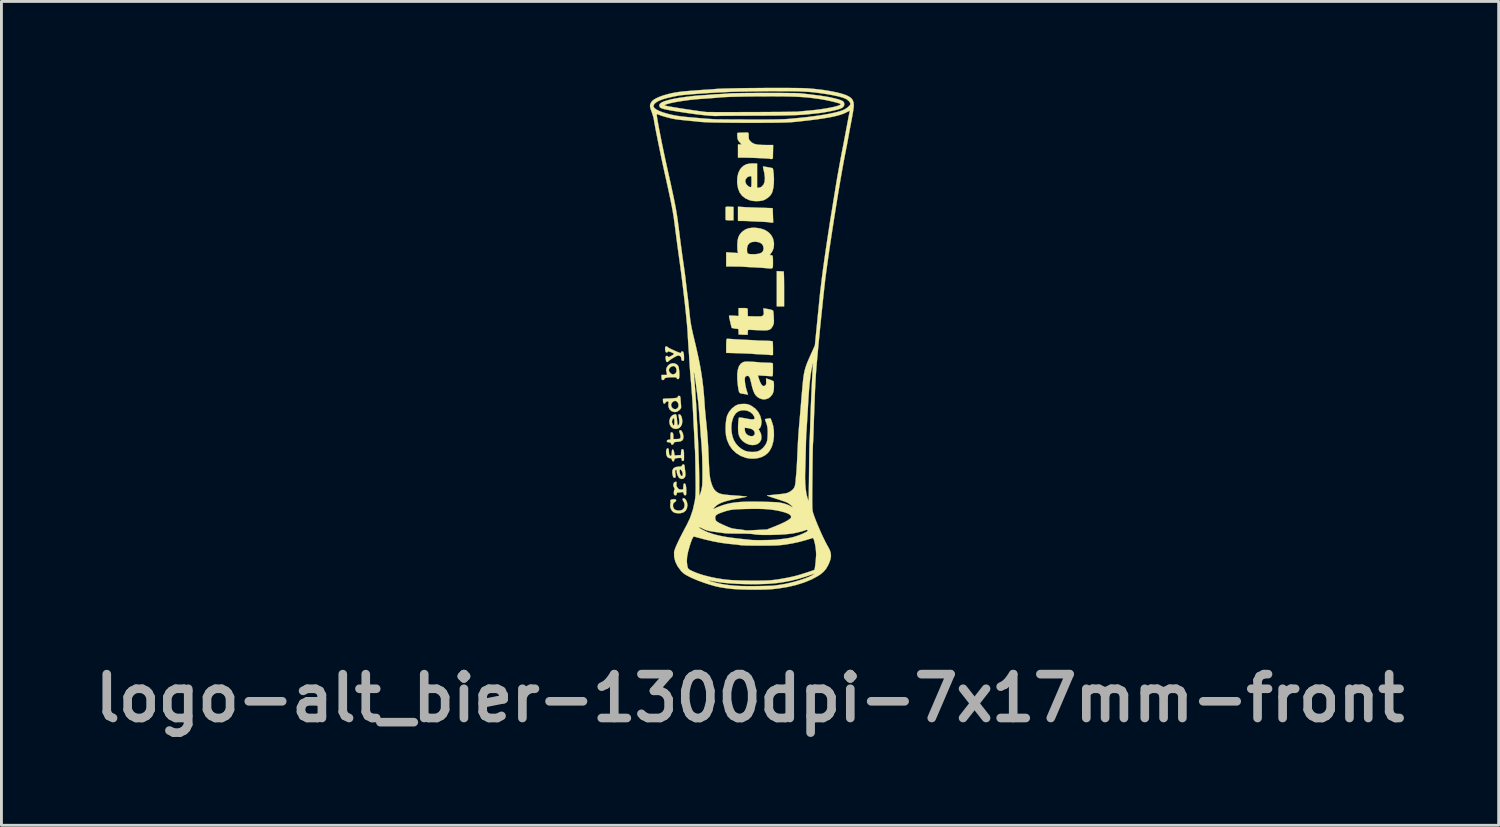
<source format=kicad_pcb>
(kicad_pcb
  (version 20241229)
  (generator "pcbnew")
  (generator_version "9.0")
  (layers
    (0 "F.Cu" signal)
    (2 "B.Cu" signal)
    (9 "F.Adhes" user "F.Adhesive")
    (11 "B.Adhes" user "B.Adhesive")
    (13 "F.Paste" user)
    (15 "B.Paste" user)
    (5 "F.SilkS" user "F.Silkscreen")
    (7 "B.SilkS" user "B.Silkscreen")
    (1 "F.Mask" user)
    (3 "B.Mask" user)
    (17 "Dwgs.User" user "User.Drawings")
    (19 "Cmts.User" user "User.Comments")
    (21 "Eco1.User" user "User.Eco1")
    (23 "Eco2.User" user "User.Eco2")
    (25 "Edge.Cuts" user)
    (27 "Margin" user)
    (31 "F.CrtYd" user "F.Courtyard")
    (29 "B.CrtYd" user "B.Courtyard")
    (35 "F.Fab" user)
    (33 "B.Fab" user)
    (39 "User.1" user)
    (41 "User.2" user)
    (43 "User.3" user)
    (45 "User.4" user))
  (footprint "logo-alt_bier-1300dpi-7x17mm-front"
    (layer "F.Cu")
    (at 23.062 8.709)
    (property "Reference" "logo-alt_bier-1300dpi-7x17mm-front" (at -0.05 12.5 0) (layer "F.Fab") (effects (font (size 1.524 1.524) (thickness 0.3))))
    (attr through_hole)
    (fp_poly (pts (xy 0.992 -2.333) (xy 1.055 -2.33) (xy 1.102 -2.328) (xy 1.119 -2.327) (xy 1.122 -2.307) (xy 1.125 -2.254) (xy 1.128 -2.171) (xy 1.131 -2.063) (xy 1.132 -1.934) (xy 1.133 -1.791) (xy 1.133 -1.719) (xy 1.133 -1.114) (xy 0.879 -1.114) (xy 0.879 -2.338) (xy 0.992 -2.333)) (stroke (width 0.01) (type solid)) (fill yes) (layer "F.SilkS"))
    (fp_poly (pts (xy -0.762 -4.575) (xy -0.625 -4.569) (xy -0.625 -4.103) (xy -0.762 -4.103) (xy -0.842 -4.106) (xy -0.886 -4.114) (xy -0.899 -4.128) (xy -0.9 -4.167) (xy -0.9 -4.231) (xy -0.901 -4.31) (xy -0.901 -4.392) (xy -0.901 -4.467) (xy -0.901 -4.524) (xy -0.9 -4.552) (xy -0.892 -4.568) (xy -0.866 -4.576) (xy -0.812 -4.577) (xy -0.762 -4.575)) (stroke (width 0.01) (type solid)) (fill yes) (layer "F.SilkS"))
    (fp_poly (pts (xy -0.288 -4.565) (xy -0.212 -4.56) (xy -0.106 -4.555) (xy 0.02 -4.55) (xy 0.157 -4.545) (xy 0.296 -4.541) (xy 0.313 -4.54) (xy 0.436 -4.537) (xy 0.546 -4.533) (xy 0.635 -4.53) (xy 0.699 -4.528) (xy 0.732 -4.526) (xy 0.735 -4.526) (xy 0.737 -4.506) (xy 0.74 -4.455) (xy 0.742 -4.38) (xy 0.746 -4.288) (xy 0.746 -4.274) (xy 0.754 -4.025) (xy 0.693 -4.025) (xy 0.647 -4.028) (xy 0.623 -4.034) (xy 0.623 -4.034) (xy 0.601 -4.038) (xy 0.547 -4.043) (xy 0.469 -4.048) (xy 0.372 -4.053) (xy 0.321 -4.055) (xy 0.209 -4.06) (xy 0.103 -4.065) (xy 0.011 -4.069) (xy -0.054 -4.073) (xy -0.068 -4.074) (xy -0.139 -4.078) (xy -0.228 -4.081) (xy -0.318 -4.082) (xy -0.469 -4.084) (xy -0.469 -4.577) (xy -0.288 -4.565)) (stroke (width 0.01) (type solid)) (fill yes) (layer "F.SilkS"))
    (fp_poly (pts (xy -2.35 5.552) (xy -2.306 5.579) (xy -2.267 5.633) (xy -2.239 5.705) (xy -2.227 5.783) (xy -2.227 5.787) (xy -2.242 5.898) (xy -2.285 5.983) (xy -2.356 6.041) (xy -2.456 6.071) (xy -2.53 6.076) (xy -2.63 6.068) (xy -2.703 6.042) (xy -2.709 6.039) (xy -2.767 5.984) (xy -2.808 5.906) (xy -2.826 5.822) (xy -2.819 5.755) (xy -2.81 5.704) (xy -2.814 5.666) (xy -2.815 5.664) (xy -2.82 5.629) (xy -2.791 5.603) (xy -2.734 5.589) (xy -2.704 5.588) (xy -2.65 5.591) (xy -2.625 5.602) (xy -2.618 5.626) (xy -2.618 5.628) (xy -2.636 5.666) (xy -2.665 5.685) (xy -2.707 5.719) (xy -2.727 5.774) (xy -2.727 5.838) (xy -2.707 5.899) (xy -2.667 5.946) (xy -2.651 5.956) (xy -2.567 5.981) (xy -2.481 5.981) (xy -2.405 5.955) (xy -2.373 5.931) (xy -2.335 5.868) (xy -2.323 5.79) (xy -2.338 5.711) (xy -2.366 5.658) (xy -2.392 5.611) (xy -2.393 5.572) (xy -2.371 5.552) (xy -2.35 5.552)) (stroke (width 0.01) (type solid)) (fill yes) (layer "F.SilkS"))
    (fp_poly (pts (xy -2.437 3.207) (xy -2.406 3.253) (xy -2.381 3.317) (xy -2.367 3.392) (xy -2.366 3.422) (xy -2.374 3.496) (xy -2.407 3.546) (xy -2.468 3.577) (xy -2.561 3.591) (xy -2.566 3.591) (xy -2.635 3.597) (xy -2.675 3.606) (xy -2.694 3.621) (xy -2.7 3.641) (xy -2.717 3.675) (xy -2.748 3.691) (xy -2.778 3.687) (xy -2.794 3.661) (xy -2.794 3.656) (xy -2.802 3.629) (xy -2.834 3.615) (xy -2.867 3.611) (xy -2.917 3.602) (xy -2.938 3.584) (xy -2.941 3.566) (xy -2.93 3.536) (xy -2.893 3.523) (xy -2.877 3.521) (xy -2.814 3.514) (xy -2.814 3.389) (xy -2.812 3.32) (xy -2.806 3.282) (xy -2.794 3.266) (xy -2.777 3.263) (xy -2.744 3.273) (xy -2.725 3.308) (xy -2.717 3.373) (xy -2.716 3.411) (xy -2.716 3.497) (xy -2.62 3.497) (xy -2.557 3.495) (xy -2.507 3.489) (xy -2.493 3.486) (xy -2.469 3.457) (xy -2.463 3.403) (xy -2.476 3.333) (xy -2.492 3.288) (xy -2.509 3.231) (xy -2.503 3.198) (xy -2.501 3.196) (xy -2.47 3.186) (xy -2.437 3.207)) (stroke (width 0.01) (type solid)) (fill yes) (layer "F.SilkS"))
    (fp_poly (pts (xy -2.618 2.651) (xy -2.603 2.694) (xy -2.593 2.77) (xy -2.588 2.833) (xy -2.581 2.915) (xy -2.572 2.98) (xy -2.563 3.02) (xy -2.558 3.028) (xy -2.537 3.013) (xy -2.519 2.987) (xy -2.507 2.938) (xy -2.508 2.859) (xy -2.523 2.749) (xy -2.532 2.7) (xy -2.538 2.656) (xy -2.529 2.64) (xy -2.499 2.641) (xy -2.461 2.665) (xy -2.431 2.722) (xy -2.411 2.805) (xy -2.405 2.888) (xy -2.418 2.985) (xy -2.459 3.063) (xy -2.521 3.117) (xy -2.598 3.144) (xy -2.683 3.138) (xy -2.74 3.115) (xy -2.801 3.062) (xy -2.839 2.987) (xy -2.853 2.902) (xy -2.85 2.874) (xy -2.764 2.874) (xy -2.762 2.917) (xy -2.746 2.96) (xy -2.72 3.012) (xy -2.699 3.026) (xy -2.685 3.002) (xy -2.677 2.94) (xy -2.677 2.903) (xy -2.681 2.822) (xy -2.692 2.776) (xy -2.71 2.766) (xy -2.733 2.794) (xy -2.746 2.822) (xy -2.764 2.874) (xy -2.85 2.874) (xy -2.843 2.815) (xy -2.811 2.737) (xy -2.755 2.678) (xy -2.736 2.667) (xy -2.681 2.642) (xy -2.643 2.634) (xy -2.618 2.651)) (stroke (width 0.01) (type solid)) (fill yes) (layer "F.SilkS"))
    (fp_poly (pts (xy -2.608 4.988) (xy -2.602 5.011) (xy -2.607 5.052) (xy -2.611 5.106) (xy -2.595 5.151) (xy -2.569 5.19) (xy -2.53 5.234) (xy -2.494 5.251) (xy -2.445 5.252) (xy -2.374 5.246) (xy -2.368 5.144) (xy -2.362 5.082) (xy -2.351 5.051) (xy -2.331 5.041) (xy -2.327 5.041) (xy -2.301 5.055) (xy -2.283 5.098) (xy -2.272 5.173) (xy -2.267 5.283) (xy -2.267 5.319) (xy -2.268 5.39) (xy -2.273 5.429) (xy -2.284 5.447) (xy -2.305 5.451) (xy -2.306 5.451) (xy -2.339 5.438) (xy -2.357 5.394) (xy -2.358 5.391) (xy -2.37 5.349) (xy -2.393 5.337) (xy -2.428 5.342) (xy -2.492 5.351) (xy -2.542 5.354) (xy -2.583 5.359) (xy -2.598 5.384) (xy -2.599 5.402) (xy -2.608 5.441) (xy -2.634 5.451) (xy -2.672 5.445) (xy -2.683 5.438) (xy -2.694 5.409) (xy -2.697 5.36) (xy -2.693 5.307) (xy -2.684 5.266) (xy -2.673 5.251) (xy -2.663 5.235) (xy -2.682 5.198) (xy -2.683 5.197) (xy -2.711 5.134) (xy -2.716 5.072) (xy -2.698 5.02) (xy -2.66 4.988) (xy -2.632 4.982) (xy -2.608 4.988)) (stroke (width 0.01) (type solid)) (fill yes) (layer "F.SilkS"))
    (fp_poly (pts (xy -0.773 0.016) (xy -0.7 0.02) (xy -0.68 0.022) (xy -0.603 0.028) (xy -0.499 0.034) (xy -0.38 0.041) (xy -0.256 0.047) (xy -0.208 0.049) (xy -0.096 0.054) (xy 0.006 0.059) (xy 0.09 0.064) (xy 0.148 0.068) (xy 0.166 0.07) (xy 0.208 0.073) (xy 0.279 0.076) (xy 0.37 0.078) (xy 0.47 0.08) (xy 0.474 0.08) (xy 0.569 0.083) (xy 0.649 0.088) (xy 0.707 0.094) (xy 0.734 0.101) (xy 0.735 0.102) (xy 0.74 0.128) (xy 0.743 0.184) (xy 0.746 0.263) (xy 0.747 0.348) (xy 0.747 0.576) (xy 0.696 0.578) (xy 0.656 0.578) (xy 0.64 0.575) (xy 0.619 0.572) (xy 0.567 0.568) (xy 0.49 0.563) (xy 0.395 0.558) (xy 0.361 0.556) (xy 0.258 0.551) (xy 0.165 0.546) (xy 0.091 0.541) (xy 0.046 0.537) (xy 0.04 0.536) (xy 0.007 0.533) (xy -0.059 0.53) (xy -0.151 0.526) (xy -0.263 0.521) (xy -0.388 0.517) (xy -0.444 0.515) (xy -0.879 0.502) (xy -0.879 0.262) (xy -0.877 0.148) (xy -0.872 0.068) (xy -0.864 0.024) (xy -0.858 0.016) (xy -0.83 0.014) (xy -0.773 0.016)) (stroke (width 0.01) (type solid)) (fill yes) (layer "F.SilkS"))
    (fp_poly (pts (xy -0.139 -7.153) (xy -0.132 -7.152) (xy -0.113 -7.146) (xy -0.102 -7.121) (xy -0.098 -7.071) (xy -0.098 -7.032) (xy -0.096 -6.963) (xy -0.086 -6.917) (xy -0.063 -6.88) (xy -0.024 -6.839) (xy 0.026 -6.797) (xy 0.085 -6.765) (xy 0.158 -6.744) (xy 0.252 -6.73) (xy 0.374 -6.723) (xy 0.504 -6.721) (xy 0.752 -6.721) (xy 0.749 -6.521) (xy 0.747 -6.432) (xy 0.745 -6.353) (xy 0.744 -6.297) (xy 0.744 -6.277) (xy 0.732 -6.242) (xy 0.697 -6.233) (xy 0.658 -6.236) (xy 0.643 -6.241) (xy 0.621 -6.245) (xy 0.567 -6.249) (xy 0.486 -6.255) (xy 0.386 -6.26) (xy 0.272 -6.265) (xy 0.151 -6.271) (xy 0.03 -6.275) (xy -0.084 -6.278) (xy -0.187 -6.281) (xy -0.269 -6.282) (xy -0.469 -6.282) (xy -0.469 -6.511) (xy -0.469 -6.741) (xy -0.344 -6.741) (xy -0.394 -6.795) (xy -0.435 -6.844) (xy -0.467 -6.892) (xy -0.469 -6.895) (xy -0.481 -6.934) (xy -0.49 -6.993) (xy -0.494 -7.055) (xy -0.494 -7.109) (xy -0.487 -7.139) (xy -0.486 -7.14) (xy -0.465 -7.144) (xy -0.415 -7.147) (xy -0.347 -7.15) (xy -0.271 -7.152) (xy -0.199 -7.153) (xy -0.139 -7.153)) (stroke (width 0.01) (type solid)) (fill yes) (layer "F.SilkS"))
    (fp_poly (pts (xy -2.346 4.382) (xy -2.332 4.404) (xy -2.323 4.45) (xy -2.318 4.499) (xy -2.309 4.579) (xy -2.3 4.658) (xy -2.294 4.699) (xy -2.297 4.775) (xy -2.325 4.834) (xy -2.371 4.872) (xy -2.427 4.884) (xy -2.485 4.866) (xy -2.518 4.839) (xy -2.562 4.769) (xy -2.591 4.679) (xy -2.599 4.607) (xy -2.602 4.584) (xy -2.5 4.584) (xy -2.496 4.638) (xy -2.496 4.64) (xy -2.482 4.707) (xy -2.459 4.756) (xy -2.433 4.782) (xy -2.409 4.782) (xy -2.391 4.75) (xy -2.387 4.734) (xy -2.391 4.684) (xy -2.409 4.629) (xy -2.436 4.581) (xy -2.464 4.554) (xy -2.473 4.552) (xy -2.493 4.559) (xy -2.5 4.584) (xy -2.602 4.584) (xy -2.604 4.57) (xy -2.623 4.564) (xy -2.63 4.566) (xy -2.649 4.581) (xy -2.655 4.615) (xy -2.65 4.668) (xy -2.641 4.731) (xy -2.635 4.784) (xy -2.633 4.797) (xy -2.642 4.83) (xy -2.671 4.842) (xy -2.701 4.839) (xy -2.721 4.812) (xy -2.734 4.773) (xy -2.754 4.661) (xy -2.744 4.573) (xy -2.705 4.51) (xy -2.634 4.471) (xy -2.532 4.455) (xy -2.51 4.455) (xy -2.455 4.451) (xy -2.427 4.436) (xy -2.417 4.416) (xy -2.392 4.383) (xy -2.368 4.377) (xy -2.346 4.382)) (stroke (width 0.01) (type solid)) (fill yes) (layer "F.SilkS"))
    (fp_poly (pts (xy -2.89 3.826) (xy -2.875 3.87) (xy -2.872 3.92) (xy -2.865 4.002) (xy -2.844 4.058) (xy -2.811 4.083) (xy -2.804 4.084) (xy -2.786 4.07) (xy -2.775 4.028) (xy -2.771 3.971) (xy -2.764 3.904) (xy -2.753 3.868) (xy -2.735 3.859) (xy -2.713 3.876) (xy -2.695 3.927) (xy -2.689 3.962) (xy -2.671 4.066) (xy -2.562 4.06) (xy -2.452 4.054) (xy -2.446 3.952) (xy -2.44 3.89) (xy -2.429 3.859) (xy -2.409 3.849) (xy -2.404 3.849) (xy -2.379 3.855) (xy -2.362 3.875) (xy -2.351 3.916) (xy -2.346 3.984) (xy -2.345 4.085) (xy -2.345 4.168) (xy -2.348 4.22) (xy -2.356 4.247) (xy -2.369 4.258) (xy -2.384 4.259) (xy -2.415 4.248) (xy -2.423 4.212) (xy -2.426 4.176) (xy -2.443 4.156) (xy -2.48 4.15) (xy -2.545 4.154) (xy -2.565 4.156) (xy -2.628 4.164) (xy -2.662 4.175) (xy -2.676 4.195) (xy -2.681 4.218) (xy -2.697 4.263) (xy -2.724 4.275) (xy -2.752 4.255) (xy -2.764 4.221) (xy -2.781 4.178) (xy -2.811 4.163) (xy -2.832 4.162) (xy -2.886 4.148) (xy -2.921 4.122) (xy -2.947 4.073) (xy -2.963 4.004) (xy -2.967 3.93) (xy -2.957 3.867) (xy -2.945 3.841) (xy -2.914 3.816) (xy -2.89 3.826)) (stroke (width 0.01) (type solid)) (fill yes) (layer "F.SilkS"))
    (fp_poly (pts (xy -2.669 0.869) (xy -2.596 0.902) (xy -2.547 0.955) (xy -2.532 0.996) (xy -2.52 1.063) (xy -2.511 1.144) (xy -2.507 1.23) (xy -2.507 1.308) (xy -2.513 1.369) (xy -2.524 1.401) (xy -2.555 1.415) (xy -2.586 1.403) (xy -2.599 1.375) (xy -2.609 1.36) (xy -2.646 1.351) (xy -2.714 1.348) (xy -2.723 1.348) (xy -2.854 1.352) (xy -2.947 1.362) (xy -3.005 1.379) (xy -3.028 1.404) (xy -3.028 1.409) (xy -3.044 1.437) (xy -3.078 1.447) (xy -3.112 1.434) (xy -3.113 1.433) (xy -3.122 1.406) (xy -3.126 1.358) (xy -3.126 1.345) (xy -3.126 1.27) (xy -3.026 1.27) (xy -2.968 1.269) (xy -2.94 1.262) (xy -2.934 1.246) (xy -2.939 1.226) (xy -2.958 1.146) (xy -2.962 1.104) (xy -2.872 1.104) (xy -2.855 1.16) (xy -2.813 1.211) (xy -2.759 1.244) (xy -2.727 1.25) (xy -2.675 1.237) (xy -2.638 1.211) (xy -2.607 1.156) (xy -2.603 1.088) (xy -2.622 1.022) (xy -2.664 0.973) (xy -2.665 0.972) (xy -2.717 0.958) (xy -2.775 0.973) (xy -2.827 1.009) (xy -2.863 1.06) (xy -2.872 1.104) (xy -2.962 1.104) (xy -2.963 1.088) (xy -2.954 1.037) (xy -2.943 1.01) (xy -2.895 0.936) (xy -2.827 0.887) (xy -2.749 0.864) (xy -2.669 0.869)) (stroke (width 0.01) (type solid)) (fill yes) (layer "F.SilkS"))
    (fp_poly (pts (xy -2.489 2.006) (xy -2.474 2.03) (xy -2.467 2.081) (xy -2.465 2.1) (xy -2.46 2.179) (xy -2.453 2.269) (xy -2.449 2.311) (xy -2.445 2.376) (xy -2.45 2.418) (xy -2.47 2.452) (xy -2.507 2.491) (xy -2.584 2.545) (xy -2.668 2.56) (xy -2.755 2.537) (xy -2.787 2.52) (xy -2.852 2.457) (xy -2.885 2.373) (xy -2.885 2.311) (xy -2.794 2.311) (xy -2.779 2.377) (xy -2.74 2.427) (xy -2.687 2.455) (xy -2.629 2.458) (xy -2.576 2.429) (xy -2.568 2.422) (xy -2.539 2.365) (xy -2.535 2.301) (xy -2.554 2.24) (xy -2.592 2.192) (xy -2.646 2.169) (xy -2.657 2.169) (xy -2.713 2.186) (xy -2.762 2.229) (xy -2.791 2.285) (xy -2.794 2.311) (xy -2.885 2.311) (xy -2.885 2.276) (xy -2.879 2.222) (xy -2.884 2.197) (xy -2.904 2.189) (xy -2.923 2.188) (xy -2.968 2.202) (xy -2.984 2.227) (xy -3.007 2.259) (xy -3.029 2.266) (xy -3.055 2.254) (xy -3.07 2.212) (xy -3.072 2.193) (xy -3.076 2.142) (xy -3.075 2.108) (xy -3.073 2.105) (xy -3.051 2.097) (xy -3.002 2.092) (xy -2.962 2.091) (xy -2.888 2.089) (xy -2.796 2.084) (xy -2.709 2.078) (xy -2.633 2.07) (xy -2.587 2.062) (xy -2.566 2.049) (xy -2.56 2.031) (xy -2.56 2.028) (xy -2.549 2) (xy -2.516 1.996) (xy -2.489 2.006)) (stroke (width 0.01) (type solid)) (fill yes) (layer "F.SilkS"))
    (fp_poly (pts (xy -2.936 0.28) (xy -2.917 0.3) (xy -2.895 0.317) (xy -2.845 0.344) (xy -2.777 0.378) (xy -2.698 0.414) (xy -2.619 0.45) (xy -2.547 0.48) (xy -2.492 0.501) (xy -2.463 0.508) (xy -2.445 0.492) (xy -2.442 0.479) (xy -2.426 0.454) (xy -2.406 0.449) (xy -2.377 0.464) (xy -2.358 0.509) (xy -2.347 0.587) (xy -2.345 0.678) (xy -2.346 0.739) (xy -2.352 0.77) (xy -2.368 0.779) (xy -2.389 0.778) (xy -2.42 0.765) (xy -2.435 0.731) (xy -2.438 0.7) (xy -2.45 0.647) (xy -2.478 0.617) (xy -2.501 0.605) (xy -2.531 0.596) (xy -2.56 0.596) (xy -2.597 0.609) (xy -2.652 0.637) (xy -2.717 0.675) (xy -2.787 0.718) (xy -2.844 0.757) (xy -2.879 0.785) (xy -2.886 0.794) (xy -2.911 0.817) (xy -2.93 0.821) (xy -2.954 0.81) (xy -2.969 0.773) (xy -2.977 0.731) (xy -2.982 0.673) (xy -2.981 0.632) (xy -2.978 0.623) (xy -2.95 0.606) (xy -2.915 0.615) (xy -2.899 0.635) (xy -2.887 0.649) (xy -2.861 0.645) (xy -2.814 0.622) (xy -2.797 0.612) (xy -2.731 0.573) (xy -2.698 0.548) (xy -2.696 0.529) (xy -2.723 0.51) (xy -2.765 0.49) (xy -2.843 0.46) (xy -2.891 0.451) (xy -2.91 0.463) (xy -2.911 0.469) (xy -2.927 0.485) (xy -2.948 0.488) (xy -2.975 0.477) (xy -2.991 0.439) (xy -2.997 0.412) (xy -3.002 0.355) (xy -2.999 0.31) (xy -2.997 0.304) (xy -2.971 0.277) (xy -2.936 0.28)) (stroke (width 0.01) (type solid)) (fill yes) (layer "F.SilkS"))
    (fp_poly (pts (xy -0.207 -1.053) (xy -0.156 -1.046) (xy -0.135 -1.033) (xy -0.135 -1.031) (xy -0.133 -0.999) (xy -0.131 -0.942) (xy -0.13 -0.889) (xy -0.127 -0.772) (xy 0.114 -0.766) (xy 0.218 -0.764) (xy 0.29 -0.764) (xy 0.337 -0.769) (xy 0.369 -0.777) (xy 0.391 -0.791) (xy 0.395 -0.795) (xy 0.418 -0.822) (xy 0.427 -0.857) (xy 0.426 -0.912) (xy 0.423 -0.939) (xy 0.412 -1.047) (xy 0.576 -1.019) (xy 0.672 -0.999) (xy 0.731 -0.979) (xy 0.753 -0.959) (xy 0.759 -0.927) (xy 0.766 -0.866) (xy 0.772 -0.786) (xy 0.775 -0.723) (xy 0.779 -0.628) (xy 0.778 -0.562) (xy 0.772 -0.513) (xy 0.759 -0.472) (xy 0.739 -0.43) (xy 0.706 -0.374) (xy 0.67 -0.332) (xy 0.625 -0.304) (xy 0.564 -0.287) (xy 0.481 -0.28) (xy 0.371 -0.28) (xy 0.264 -0.284) (xy 0.157 -0.289) (xy 0.06 -0.293) (xy -0.017 -0.297) (xy -0.067 -0.299) (xy -0.078 -0.3) (xy -0.108 -0.298) (xy -0.123 -0.281) (xy -0.128 -0.24) (xy -0.129 -0.215) (xy -0.131 -0.127) (xy -0.207 -0.127) (xy -0.28 -0.128) (xy -0.357 -0.132) (xy -0.366 -0.133) (xy -0.449 -0.139) (xy -0.449 -0.236) (xy -0.452 -0.295) (xy -0.462 -0.324) (xy -0.482 -0.333) (xy -0.484 -0.333) (xy -0.541 -0.337) (xy -0.602 -0.346) (xy -0.655 -0.357) (xy -0.684 -0.367) (xy -0.686 -0.368) (xy -0.693 -0.39) (xy -0.707 -0.441) (xy -0.724 -0.51) (xy -0.742 -0.588) (xy -0.759 -0.665) (xy -0.773 -0.73) (xy -0.78 -0.775) (xy -0.782 -0.787) (xy -0.764 -0.792) (xy -0.716 -0.794) (xy -0.647 -0.792) (xy -0.615 -0.79) (xy -0.449 -0.778) (xy -0.449 -1.055) (xy -0.293 -1.055) (xy -0.207 -1.053)) (stroke (width 0.01) (type solid)) (fill yes) (layer "F.SilkS"))
    (fp_poly (pts (xy 0.132 -6.079) (xy 0.195 -6.076) (xy 0.195 -5.236) (xy 0.251 -5.236) (xy 0.308 -5.249) (xy 0.356 -5.275) (xy 0.42 -5.347) (xy 0.456 -5.444) (xy 0.467 -5.567) (xy 0.451 -5.717) (xy 0.431 -5.813) (xy 0.415 -5.885) (xy 0.403 -5.941) (xy 0.398 -5.971) (xy 0.399 -5.974) (xy 0.419 -5.973) (xy 0.466 -5.966) (xy 0.53 -5.956) (xy 0.6 -5.943) (xy 0.665 -5.931) (xy 0.713 -5.921) (xy 0.735 -5.914) (xy 0.736 -5.914) (xy 0.747 -5.885) (xy 0.758 -5.826) (xy 0.768 -5.745) (xy 0.775 -5.651) (xy 0.78 -5.553) (xy 0.78 -5.541) (xy 0.776 -5.372) (xy 0.758 -5.223) (xy 0.727 -5.099) (xy 0.703 -5.039) (xy 0.642 -4.954) (xy 0.556 -4.877) (xy 0.457 -4.817) (xy 0.403 -4.796) (xy 0.288 -4.775) (xy 0.158 -4.769) (xy 0.03 -4.78) (xy -0.072 -4.804) (xy -0.215 -4.869) (xy -0.328 -4.958) (xy -0.411 -5.071) (xy -0.466 -5.211) (xy -0.494 -5.377) (xy -0.497 -5.422) (xy -0.497 -5.44) (xy -0.215 -5.44) (xy -0.184 -5.366) (xy -0.148 -5.322) (xy -0.101 -5.283) (xy -0.056 -5.259) (xy -0.041 -5.256) (xy -0.022 -5.258) (xy -0.011 -5.27) (xy -0.004 -5.297) (xy -0.001 -5.349) (xy -0.000014 -5.43) (xy 0 -5.453) (xy -0.001 -5.543) (xy -0.003 -5.6) (xy -0.009 -5.63) (xy -0.02 -5.641) (xy -0.031 -5.639) (xy -0.076 -5.628) (xy -0.09 -5.627) (xy -0.123 -5.614) (xy -0.163 -5.583) (xy -0.167 -5.579) (xy -0.209 -5.513) (xy -0.215 -5.44) (xy -0.497 -5.44) (xy -0.491 -5.601) (xy -0.456 -5.753) (xy -0.392 -5.88) (xy -0.329 -5.953) (xy -0.258 -6.01) (xy -0.18 -6.049) (xy -0.087 -6.072) (xy 0.03 -6.08) (xy 0.132 -6.079)) (stroke (width 0.01) (type solid)) (fill yes) (layer "F.SilkS"))
    (fp_poly (pts (xy 0.145 -3.844) (xy 0.317 -3.819) (xy 0.465 -3.768) (xy 0.588 -3.692) (xy 0.682 -3.593) (xy 0.747 -3.473) (xy 0.778 -3.335) (xy 0.782 -3.272) (xy 0.77 -3.148) (xy 0.731 -3.042) (xy 0.681 -2.965) (xy 0.648 -2.918) (xy 0.645 -2.894) (xy 0.672 -2.888) (xy 0.697 -2.89) (xy 0.718 -2.886) (xy 0.733 -2.865) (xy 0.741 -2.822) (xy 0.746 -2.75) (xy 0.746 -2.645) (xy 0.746 -2.64) (xy 0.746 -2.548) (xy 0.743 -2.486) (xy 0.73 -2.449) (xy 0.701 -2.432) (xy 0.649 -2.429) (xy 0.57 -2.436) (xy 0.498 -2.443) (xy 0.421 -2.449) (xy 0.316 -2.457) (xy 0.197 -2.464) (xy 0.075 -2.471) (xy 0.039 -2.472) (xy -0.068 -2.477) (xy -0.162 -2.483) (xy -0.236 -2.487) (xy -0.282 -2.491) (xy -0.293 -2.492) (xy -0.322 -2.494) (xy -0.383 -2.496) (xy -0.467 -2.498) (xy -0.566 -2.499) (xy -0.601 -2.499) (xy -0.879 -2.501) (xy -0.879 -2.994) (xy -0.672 -2.98) (xy -0.465 -2.966) (xy -0.479 -3.009) (xy -0.485 -3.047) (xy -0.489 -3.103) (xy -0.156 -3.103) (xy -0.154 -3.021) (xy -0.143 -2.971) (xy -0.117 -2.943) (xy -0.069 -2.931) (xy -0.013 -2.927) (xy 0.14 -2.927) (xy 0.258 -2.943) (xy 0.342 -2.976) (xy 0.37 -2.998) (xy 0.405 -3.047) (xy 0.419 -3.106) (xy 0.42 -3.134) (xy 0.403 -3.222) (xy 0.354 -3.29) (xy 0.275 -3.336) (xy 0.168 -3.358) (xy 0.117 -3.361) (xy 0.007 -3.347) (xy -0.075 -3.306) (xy -0.129 -3.238) (xy -0.154 -3.144) (xy -0.156 -3.103) (xy -0.489 -3.103) (xy -0.49 -3.113) (xy -0.492 -3.196) (xy -0.493 -3.242) (xy -0.485 -3.387) (xy -0.46 -3.504) (xy -0.415 -3.601) (xy -0.347 -3.685) (xy -0.316 -3.713) (xy -0.214 -3.785) (xy -0.098 -3.828) (xy 0.039 -3.846) (xy 0.145 -3.844)) (stroke (width 0.01) (type solid)) (fill yes) (layer "F.SilkS"))
    (fp_poly (pts (xy -0.056 0.808) (xy 0.018 0.811) (xy 0.112 0.817) (xy 0.191 0.823) (xy 0.248 0.828) (xy 0.274 0.831) (xy 0.275 0.832) (xy 0.298 0.835) (xy 0.352 0.838) (xy 0.428 0.841) (xy 0.514 0.843) (xy 0.614 0.846) (xy 0.681 0.85) (xy 0.72 0.857) (xy 0.739 0.867) (xy 0.744 0.878) (xy 0.744 0.91) (xy 0.745 0.97) (xy 0.745 1.051) (xy 0.745 1.114) (xy 0.744 1.206) (xy 0.741 1.265) (xy 0.735 1.299) (xy 0.725 1.313) (xy 0.71 1.315) (xy 0.71 1.315) (xy 0.677 1.313) (xy 0.615 1.309) (xy 0.532 1.304) (xy 0.448 1.298) (xy 0.22 1.285) (xy 0.267 1.429) (xy 0.296 1.506) (xy 0.329 1.573) (xy 0.359 1.618) (xy 0.361 1.62) (xy 0.398 1.651) (xy 0.43 1.656) (xy 0.458 1.645) (xy 0.488 1.626) (xy 0.505 1.598) (xy 0.512 1.55) (xy 0.51 1.473) (xy 0.51 1.461) (xy 0.506 1.389) (xy 0.629 1.43) (xy 0.694 1.454) (xy 0.744 1.477) (xy 0.767 1.493) (xy 0.775 1.527) (xy 0.78 1.588) (xy 0.78 1.664) (xy 0.777 1.744) (xy 0.77 1.815) (xy 0.761 1.86) (xy 0.721 1.949) (xy 0.656 2.029) (xy 0.586 2.081) (xy 0.48 2.117) (xy 0.374 2.114) (xy 0.279 2.08) (xy 0.209 2.037) (xy 0.152 1.983) (xy 0.104 1.912) (xy 0.063 1.817) (xy 0.025 1.694) (xy -0.009 1.553) (xy -0.028 1.476) (xy -0.046 1.408) (xy -0.061 1.363) (xy -0.096 1.313) (xy -0.142 1.296) (xy -0.192 1.316) (xy -0.199 1.322) (xy -0.22 1.345) (xy -0.23 1.374) (xy -0.233 1.42) (xy -0.23 1.493) (xy -0.229 1.504) (xy -0.217 1.6) (xy -0.195 1.708) (xy -0.169 1.804) (xy -0.12 1.957) (xy -0.163 1.947) (xy -0.206 1.938) (xy -0.271 1.928) (xy -0.309 1.923) (xy -0.359 1.915) (xy -0.395 1.902) (xy -0.42 1.879) (xy -0.438 1.838) (xy -0.452 1.773) (xy -0.467 1.679) (xy -0.474 1.627) (xy -0.494 1.417) (xy -0.494 1.236) (xy -0.474 1.086) (xy -0.435 0.967) (xy -0.376 0.881) (xy -0.299 0.828) (xy -0.26 0.815) (xy -0.212 0.807) (xy -0.147 0.805) (xy -0.056 0.808)) (stroke (width 0.01) (type solid)) (fill yes) (layer "F.SilkS"))
    (fp_poly (pts (xy -0.199 2.278) (xy -0.139 2.286) (xy -0.084 2.303) (xy -0.021 2.334) (xy -0.003 2.343) (xy 0.129 2.436) (xy 0.233 2.554) (xy 0.305 2.693) (xy 0.343 2.843) (xy 0.346 2.931) (xy 0.334 3.016) (xy 0.311 3.085) (xy 0.278 3.128) (xy 0.275 3.13) (xy 0.254 3.146) (xy 0.253 3.166) (xy 0.273 3.2) (xy 0.285 3.218) (xy 0.328 3.31) (xy 0.346 3.414) (xy 0.336 3.513) (xy 0.333 3.525) (xy 0.287 3.607) (xy 0.217 3.665) (xy 0.128 3.698) (xy 0.027 3.707) (xy -0.08 3.691) (xy -0.186 3.649) (xy -0.286 3.583) (xy -0.315 3.557) (xy -0.377 3.487) (xy -0.421 3.411) (xy -0.45 3.323) (xy -0.464 3.214) (xy -0.465 3.164) (xy -0.234 3.164) (xy -0.225 3.227) (xy -0.204 3.285) (xy -0.16 3.338) (xy -0.097 3.377) (xy -0.027 3.396) (xy 0.039 3.394) (xy 0.087 3.369) (xy 0.115 3.317) (xy 0.111 3.257) (xy 0.078 3.2) (xy 0.022 3.157) (xy -0.03 3.137) (xy -0.1 3.12) (xy -0.134 3.115) (xy -0.234 3.102) (xy -0.234 3.164) (xy -0.465 3.164) (xy -0.466 3.078) (xy -0.464 3.002) (xy -0.458 2.91) (xy -0.451 2.832) (xy -0.443 2.777) (xy -0.436 2.753) (xy -0.41 2.75) (xy -0.355 2.754) (xy -0.279 2.766) (xy -0.224 2.776) (xy -0.098 2.8) (xy -0.005 2.813) (xy 0.058 2.813) (xy 0.094 2.801) (xy 0.107 2.776) (xy 0.101 2.736) (xy 0.095 2.717) (xy 0.042 2.631) (xy -0.037 2.563) (xy -0.136 2.517) (xy -0.244 2.496) (xy -0.355 2.501) (xy -0.459 2.536) (xy -0.469 2.542) (xy -0.55 2.608) (xy -0.615 2.705) (xy -0.662 2.825) (xy -0.691 2.961) (xy -0.701 3.109) (xy -0.69 3.261) (xy -0.659 3.411) (xy -0.613 3.538) (xy -0.545 3.651) (xy -0.451 3.757) (xy -0.341 3.845) (xy -0.226 3.905) (xy -0.225 3.906) (xy -0.112 3.935) (xy 0.016 3.946) (xy 0.141 3.94) (xy 0.218 3.924) (xy 0.311 3.879) (xy 0.401 3.805) (xy 0.476 3.711) (xy 0.502 3.666) (xy 0.527 3.613) (xy 0.543 3.559) (xy 0.554 3.493) (xy 0.56 3.405) (xy 0.563 3.356) (xy 0.564 3.209) (xy 0.554 3.087) (xy 0.529 2.979) (xy 0.495 2.887) (xy 0.477 2.839) (xy 0.47 2.81) (xy 0.471 2.806) (xy 0.493 2.799) (xy 0.541 2.79) (xy 0.569 2.786) (xy 0.659 2.773) (xy 0.698 2.866) (xy 0.75 3.028) (xy 0.777 3.205) (xy 0.78 3.388) (xy 0.76 3.567) (xy 0.716 3.731) (xy 0.675 3.825) (xy 0.626 3.91) (xy 0.575 3.973) (xy 0.509 4.032) (xy 0.484 4.052) (xy 0.373 4.114) (xy 0.239 4.157) (xy 0.09 4.177) (xy -0.062 4.174) (xy -0.19 4.151) (xy -0.372 4.083) (xy -0.531 3.984) (xy -0.665 3.858) (xy -0.771 3.706) (xy -0.847 3.532) (xy -0.884 3.378) (xy -0.897 3.256) (xy -0.901 3.119) (xy -0.895 2.978) (xy -0.881 2.845) (xy -0.859 2.731) (xy -0.842 2.674) (xy -0.777 2.549) (xy -0.685 2.438) (xy -0.576 2.351) (xy -0.54 2.33) (xy -0.478 2.302) (xy -0.417 2.286) (xy -0.344 2.279) (xy -0.283 2.277) (xy -0.199 2.278)) (stroke (width 0.01) (type solid)) (fill yes) (layer "F.SilkS"))
    (fp_poly (pts (xy 0.808 -8.529) (xy 0.991 -8.529) (xy 1.162 -8.528) (xy 1.317 -8.526) (xy 1.452 -8.525) (xy 1.562 -8.523) (xy 1.642 -8.52) (xy 1.69 -8.517) (xy 1.962 -8.487) (xy 2.196 -8.459) (xy 2.395 -8.433) (xy 2.559 -8.408) (xy 2.691 -8.385) (xy 2.755 -8.371) (xy 2.903 -8.337) (xy 3.017 -8.307) (xy 3.101 -8.279) (xy 3.159 -8.252) (xy 3.196 -8.223) (xy 3.216 -8.19) (xy 3.223 -8.151) (xy 3.224 -8.138) (xy 3.216 -8.089) (xy 3.191 -8.047) (xy 3.145 -8.011) (xy 3.073 -7.978) (xy 2.973 -7.947) (xy 2.839 -7.915) (xy 2.742 -7.895) (xy 2.629 -7.874) (xy 2.519 -7.854) (xy 2.423 -7.839) (xy 2.351 -7.829) (xy 2.335 -7.827) (xy 2.26 -7.82) (xy 2.164 -7.81) (xy 2.063 -7.799) (xy 2.032 -7.795) (xy 1.928 -7.785) (xy 1.821 -7.776) (xy 1.706 -7.768) (xy 1.582 -7.761) (xy 1.443 -7.756) (xy 1.287 -7.751) (xy 1.11 -7.747) (xy 0.908 -7.744) (xy 0.679 -7.742) (xy 0.418 -7.741) (xy 0.122 -7.74) (xy 0.07 -7.739) (xy -0.146 -7.739) (xy -0.352 -7.738) (xy -0.544 -7.737) (xy -0.717 -7.736) (xy -0.87 -7.735) (xy -0.997 -7.734) (xy -1.097 -7.732) (xy -1.165 -7.731) (xy -1.198 -7.73) (xy -1.2 -7.729) (xy -1.236 -7.728) (xy -1.3 -7.73) (xy -1.384 -7.734) (xy -1.456 -7.739) (xy -1.58 -7.75) (xy -1.727 -7.766) (xy -1.891 -7.786) (xy -2.065 -7.809) (xy -2.244 -7.834) (xy -2.421 -7.861) (xy -2.591 -7.887) (xy -2.747 -7.913) (xy -2.884 -7.938) (xy -2.995 -7.96) (xy -3.073 -7.979) (xy -3.082 -7.982) (xy -3.145 -8.004) (xy -3.18 -8.028) (xy -3.197 -8.061) (xy -3.197 -8.063) (xy -3.199 -8.1) (xy -3.022 -8.1) (xy -2.997 -8.089) (xy -2.962 -8.08) (xy -2.894 -8.066) (xy -2.798 -8.049) (xy -2.68 -8.029) (xy -2.545 -8.007) (xy -2.4 -7.984) (xy -2.249 -7.96) (xy -2.099 -7.938) (xy -1.955 -7.917) (xy -1.822 -7.898) (xy -1.706 -7.882) (xy -1.612 -7.871) (xy -1.573 -7.867) (xy -1.538 -7.865) (xy -1.467 -7.864) (xy -1.366 -7.864) (xy -1.238 -7.863) (xy -1.085 -7.863) (xy -0.912 -7.862) (xy -0.723 -7.863) (xy -0.521 -7.863) (xy -0.309 -7.864) (xy -0.092 -7.864) (xy 0.127 -7.865) (xy 0.344 -7.866) (xy 0.556 -7.867) (xy 0.76 -7.869) (xy 0.95 -7.87) (xy 1.125 -7.871) (xy 1.28 -7.873) (xy 1.411 -7.875) (xy 1.515 -7.876) (xy 1.588 -7.878) (xy 1.627 -7.88) (xy 1.631 -7.88) (xy 1.679 -7.887) (xy 1.752 -7.894) (xy 1.834 -7.902) (xy 1.846 -7.903) (xy 2.032 -7.919) (xy 2.215 -7.938) (xy 2.389 -7.961) (xy 2.553 -7.986) (xy 2.703 -8.012) (xy 2.833 -8.038) (xy 2.942 -8.065) (xy 3.025 -8.091) (xy 3.078 -8.115) (xy 3.099 -8.137) (xy 3.094 -8.148) (xy 3.066 -8.162) (xy 3.007 -8.18) (xy 2.925 -8.203) (xy 2.826 -8.228) (xy 2.718 -8.253) (xy 2.609 -8.276) (xy 2.505 -8.296) (xy 2.414 -8.312) (xy 2.413 -8.312) (xy 2.256 -8.334) (xy 2.112 -8.353) (xy 1.975 -8.369) (xy 1.84 -8.381) (xy 1.701 -8.391) (xy 1.552 -8.399) (xy 1.389 -8.404) (xy 1.206 -8.408) (xy 0.997 -8.41) (xy 0.756 -8.411) (xy 0.645 -8.411) (xy 0.366 -8.41) (xy 0.099 -8.409) (xy -0.152 -8.406) (xy -0.384 -8.402) (xy -0.594 -8.397) (xy -0.777 -8.392) (xy -0.931 -8.385) (xy -1.052 -8.378) (xy -1.123 -8.372) (xy -1.181 -8.366) (xy -1.254 -8.359) (xy -1.347 -8.352) (xy -1.465 -8.343) (xy -1.613 -8.333) (xy -1.758 -8.323) (xy -1.944 -8.308) (xy -2.134 -8.288) (xy -2.322 -8.263) (xy -2.501 -8.236) (xy -2.665 -8.207) (xy -2.807 -8.177) (xy -2.921 -8.147) (xy -2.98 -8.127) (xy -3.018 -8.111) (xy -3.022 -8.1) (xy -3.199 -8.1) (xy -3.2 -8.113) (xy -3.179 -8.156) (xy -3.13 -8.195) (xy -3.052 -8.232) (xy -2.939 -8.268) (xy -2.843 -8.294) (xy -2.699 -8.326) (xy -2.525 -8.357) (xy -2.331 -8.386) (xy -2.125 -8.412) (xy -1.918 -8.434) (xy -1.717 -8.449) (xy -1.671 -8.452) (xy -1.579 -8.457) (xy -1.502 -8.463) (xy -1.449 -8.467) (xy -1.426 -8.471) (xy -1.426 -8.471) (xy -1.404 -8.474) (xy -1.35 -8.477) (xy -1.271 -8.482) (xy -1.174 -8.487) (xy -1.123 -8.489) (xy -1.016 -8.495) (xy -0.92 -8.501) (xy -0.843 -8.506) (xy -0.792 -8.511) (xy -0.782 -8.513) (xy -0.747 -8.516) (xy -0.678 -8.519) (xy -0.579 -8.521) (xy -0.453 -8.523) (xy -0.305 -8.525) (xy -0.139 -8.527) (xy 0.04 -8.528) (xy 0.229 -8.529) (xy 0.422 -8.529) (xy 0.617 -8.53) (xy 0.808 -8.529)) (stroke (width 0.01) (type solid)) (fill yes) (layer "F.SilkS"))
    (fp_poly (pts (xy 1.191 -8.703) (xy 1.388 -8.702) (xy 1.567 -8.7) (xy 1.721 -8.698) (xy 1.848 -8.694) (xy 1.942 -8.69) (xy 1.954 -8.689) (xy 2.216 -8.666) (xy 2.476 -8.635) (xy 2.724 -8.595) (xy 2.951 -8.55) (xy 3.108 -8.511) (xy 3.26 -8.463) (xy 3.376 -8.411) (xy 3.46 -8.353) (xy 3.515 -8.284) (xy 3.546 -8.202) (xy 3.556 -8.102) (xy 3.556 -8.101) (xy 3.552 -8.048) (xy 3.542 -7.966) (xy 3.526 -7.86) (xy 3.505 -7.74) (xy 3.482 -7.613) (xy 3.479 -7.597) (xy 3.453 -7.462) (xy 3.427 -7.327) (xy 3.403 -7.201) (xy 3.384 -7.093) (xy 3.37 -7.015) (xy 3.37 -7.014) (xy 3.356 -6.939) (xy 3.337 -6.834) (xy 3.313 -6.708) (xy 3.286 -6.571) (xy 3.259 -6.43) (xy 3.25 -6.389) (xy 3.214 -6.199) (xy 3.173 -5.976) (xy 3.128 -5.723) (xy 3.08 -5.445) (xy 3.03 -5.148) (xy 2.978 -4.836) (xy 2.926 -4.514) (xy 2.874 -4.187) (xy 2.823 -3.859) (xy 2.773 -3.535) (xy 2.726 -3.22) (xy 2.681 -2.919) (xy 2.641 -2.636) (xy 2.605 -2.377) (xy 2.574 -2.145) (xy 2.57 -2.11) (xy 2.556 -1.996) (xy 2.539 -1.847) (xy 2.52 -1.671) (xy 2.498 -1.47) (xy 2.475 -1.252) (xy 2.451 -1.02) (xy 2.426 -0.78) (xy 2.401 -0.537) (xy 2.377 -0.296) (xy 2.355 -0.063) (xy 2.333 0.157) (xy 2.314 0.36) (xy 2.306 0.449) (xy 2.294 0.583) (xy 2.282 0.709) (xy 2.272 0.821) (xy 2.264 0.911) (xy 2.258 0.972) (xy 2.257 0.987) (xy 2.252 1.051) (xy 2.246 1.14) (xy 2.239 1.236) (xy 2.237 1.27) (xy 2.231 1.374) (xy 2.225 1.485) (xy 2.219 1.582) (xy 2.218 1.602) (xy 2.214 1.677) (xy 2.209 1.778) (xy 2.204 1.894) (xy 2.199 2.014) (xy 2.198 2.042) (xy 2.194 2.171) (xy 2.188 2.312) (xy 2.183 2.447) (xy 2.179 2.561) (xy 2.178 2.569) (xy 2.175 2.667) (xy 2.17 2.792) (xy 2.166 2.933) (xy 2.161 3.078) (xy 2.158 3.195) (xy 2.154 3.319) (xy 2.149 3.434) (xy 2.145 3.533) (xy 2.14 3.608) (xy 2.137 3.651) (xy 2.136 3.654) (xy 2.135 3.686) (xy 2.132 3.753) (xy 2.13 3.851) (xy 2.127 3.978) (xy 2.125 4.129) (xy 2.122 4.3) (xy 2.12 4.487) (xy 2.118 4.687) (xy 2.116 4.836) (xy 2.114 5.073) (xy 2.112 5.274) (xy 2.111 5.443) (xy 2.11 5.583) (xy 2.111 5.697) (xy 2.112 5.789) (xy 2.114 5.862) (xy 2.116 5.919) (xy 2.12 5.964) (xy 2.125 6) (xy 2.132 6.03) (xy 2.139 6.058) (xy 2.145 6.076) (xy 2.183 6.187) (xy 2.234 6.321) (xy 2.295 6.471) (xy 2.362 6.628) (xy 2.431 6.785) (xy 2.501 6.933) (xy 2.566 7.065) (xy 2.623 7.174) (xy 2.652 7.224) (xy 2.717 7.346) (xy 2.754 7.457) (xy 2.762 7.567) (xy 2.742 7.684) (xy 2.694 7.815) (xy 2.656 7.894) (xy 2.588 8.009) (xy 2.506 8.106) (xy 2.401 8.194) (xy 2.301 8.26) (xy 2.081 8.378) (xy 1.828 8.481) (xy 1.548 8.569) (xy 1.245 8.639) (xy 0.924 8.69) (xy 0.703 8.714) (xy 0.569 8.722) (xy 0.406 8.728) (xy 0.222 8.731) (xy 0.028 8.731) (xy -0.168 8.728) (xy -0.355 8.723) (xy -0.525 8.715) (xy -0.667 8.705) (xy -0.694 8.702) (xy -0.815 8.688) (xy -0.946 8.67) (xy -1.069 8.65) (xy -1.151 8.635) (xy -1.308 8.597) (xy -1.488 8.544) (xy -1.677 8.481) (xy -1.864 8.411) (xy -1.872 8.408) (xy -1.498 8.408) (xy -1.485 8.417) (xy -1.442 8.432) (xy -1.376 8.452) (xy -1.295 8.475) (xy -1.207 8.497) (xy -1.119 8.517) (xy -1.065 8.528) (xy -0.9 8.557) (xy -0.731 8.578) (xy -0.552 8.594) (xy -0.356 8.604) (xy -0.136 8.608) (xy 0.115 8.607) (xy 0.176 8.606) (xy 0.322 8.604) (xy 0.459 8.601) (xy 0.579 8.598) (xy 0.678 8.595) (xy 0.75 8.592) (xy 0.789 8.589) (xy 0.791 8.588) (xy 0.839 8.581) (xy 0.911 8.571) (xy 0.993 8.559) (xy 1.006 8.557) (xy 1.163 8.531) (xy 1.332 8.494) (xy 1.505 8.45) (xy 1.675 8.4) (xy 1.834 8.347) (xy 1.974 8.293) (xy 2.089 8.241) (xy 2.15 8.206) (xy 2.182 8.183) (xy 2.187 8.175) (xy 2.179 8.177) (xy 1.884 8.277) (xy 1.613 8.359) (xy 1.354 8.423) (xy 1.1 8.471) (xy 0.841 8.506) (xy 0.568 8.528) (xy 0.272 8.538) (xy 0.049 8.54) (xy -0.221 8.537) (xy -0.479 8.528) (xy -0.72 8.514) (xy -0.938 8.495) (xy -1.129 8.472) (xy -1.287 8.445) (xy -1.312 8.44) (xy -1.39 8.424) (xy -1.452 8.412) (xy -1.49 8.407) (xy -1.498 8.408) (xy -1.872 8.408) (xy -2.037 8.339) (xy -2.139 8.291) (xy -2.239 8.24) (xy -2.312 8.197) (xy -2.369 8.155) (xy -2.42 8.108) (xy -2.46 8.063) (xy -2.57 7.913) (xy -2.646 7.755) (xy -2.647 7.751) (xy -2.247 7.751) (xy -2.232 7.89) (xy -2.224 7.926) (xy -2.212 7.969) (xy -2.196 8) (xy -2.168 8.026) (xy -2.12 8.053) (xy -2.045 8.09) (xy -2.044 8.091) (xy -1.877 8.16) (xy -1.68 8.224) (xy -1.461 8.281) (xy -1.228 8.33) (xy -0.99 8.368) (xy -0.799 8.39) (xy -0.679 8.399) (xy -0.532 8.406) (xy -0.367 8.412) (xy -0.189 8.415) (xy -0.008 8.418) (xy 0.17 8.418) (xy 0.338 8.416) (xy 0.489 8.413) (xy 0.614 8.408) (xy 0.699 8.401) (xy 0.884 8.378) (xy 1.088 8.345) (xy 1.296 8.306) (xy 1.489 8.263) (xy 1.524 8.254) (xy 1.593 8.236) (xy 1.68 8.21) (xy 1.778 8.18) (xy 1.879 8.148) (xy 1.977 8.116) (xy 2.064 8.087) (xy 2.132 8.063) (xy 2.175 8.045) (xy 2.185 8.04) (xy 2.194 8.014) (xy 2.205 7.958) (xy 2.216 7.88) (xy 2.226 7.788) (xy 2.235 7.692) (xy 2.242 7.6) (xy 2.246 7.52) (xy 2.246 7.493) (xy 2.242 7.399) (xy 2.232 7.299) (xy 2.217 7.198) (xy 2.198 7.104) (xy 2.178 7.025) (xy 2.157 6.966) (xy 2.137 6.936) (xy 2.128 6.934) (xy 2.099 6.943) (xy 2.042 6.961) (xy 1.964 6.984) (xy 1.887 7.008) (xy 1.661 7.07) (xy 1.417 7.123) (xy 1.173 7.164) (xy 0.957 7.188) (xy 0.882 7.192) (xy 0.779 7.195) (xy 0.656 7.198) (xy 0.517 7.199) (xy 0.37 7.2) (xy 0.221 7.2) (xy 0.074 7.199) (xy -0.062 7.197) (xy -0.182 7.195) (xy -0.281 7.191) (xy -0.351 7.187) (xy -0.381 7.184) (xy -0.437 7.175) (xy -0.508 7.166) (xy -0.537 7.163) (xy -0.599 7.157) (xy -0.685 7.148) (xy -0.784 7.138) (xy -0.85 7.131) (xy -1.081 7.099) (xy -1.341 7.05) (xy -1.626 6.984) (xy -1.93 6.902) (xy -1.994 6.884) (xy -2.016 6.892) (xy -2.043 6.931) (xy -2.075 7.001) (xy -2.113 7.106) (xy -2.147 7.21) (xy -2.204 7.415) (xy -2.238 7.594) (xy -2.247 7.751) (xy -2.647 7.751) (xy -2.686 7.594) (xy -2.69 7.434) (xy -2.688 7.418) (xy -2.671 7.351) (xy -2.635 7.254) (xy -2.579 7.127) (xy -2.506 6.973) (xy -2.415 6.793) (xy -2.308 6.59) (xy -2.289 6.555) (xy -1.837 6.555) (xy -1.82 6.576) (xy -1.774 6.607) (xy -1.708 6.645) (xy -1.628 6.685) (xy -1.542 6.724) (xy -1.485 6.746) (xy -1.354 6.791) (xy -1.215 6.83) (xy -1.063 6.865) (xy -0.891 6.897) (xy -0.694 6.926) (xy -0.469 6.954) (xy -0.264 6.976) (xy -0.173 6.985) (xy -0.093 6.994) (xy -0.034 7) (xy -0.01 7.003) (xy 0.036 7.006) (xy 0.113 7.008) (xy 0.213 7.009) (xy 0.328 7.009) (xy 0.449 7.008) (xy 0.569 7.006) (xy 0.68 7.003) (xy 0.773 7) (xy 0.841 6.996) (xy 0.86 6.994) (xy 0.951 6.983) (xy 1.049 6.971) (xy 1.104 6.965) (xy 1.186 6.954) (xy 1.284 6.939) (xy 1.366 6.923) (xy 1.453 6.902) (xy 1.55 6.873) (xy 1.651 6.838) (xy 1.747 6.8) (xy 1.832 6.762) (xy 1.9 6.728) (xy 1.942 6.7) (xy 1.954 6.683) (xy 1.939 6.656) (xy 1.903 6.652) (xy 1.879 6.661) (xy 1.833 6.679) (xy 1.759 6.702) (xy 1.666 6.726) (xy 1.565 6.75) (xy 1.467 6.77) (xy 1.417 6.779) (xy 1.298 6.794) (xy 1.156 6.807) (xy 0.999 6.817) (xy 0.834 6.824) (xy 0.668 6.828) (xy 0.506 6.829) (xy 0.358 6.827) (xy 0.23 6.821) (xy 0.128 6.811) (xy 0.076 6.802) (xy 0.029 6.796) (xy -0.05 6.79) (xy -0.152 6.785) (xy -0.271 6.782) (xy -0.399 6.781) (xy -0.422 6.781) (xy -0.55 6.781) (xy -0.669 6.779) (xy -0.773 6.777) (xy -0.853 6.775) (xy -0.903 6.772) (xy -0.909 6.771) (xy -1.075 6.749) (xy -1.208 6.732) (xy -1.312 6.717) (xy -1.392 6.705) (xy -1.453 6.694) (xy -1.5 6.684) (xy -1.539 6.674) (xy -1.553 6.669) (xy -1.613 6.649) (xy -1.657 6.63) (xy -1.671 6.623) (xy -1.699 6.607) (xy -1.743 6.586) (xy -1.79 6.568) (xy -1.825 6.556) (xy -1.837 6.555) (xy -2.289 6.555) (xy -2.247 6.477) (xy -2.132 6.234) (xy -1.261 6.234) (xy -1.256 6.277) (xy -1.246 6.311) (xy -1.226 6.341) (xy -1.192 6.37) (xy -1.138 6.403) (xy -1.059 6.443) (xy -0.949 6.493) (xy -0.935 6.5) (xy -0.828 6.546) (xy -0.745 6.578) (xy -0.675 6.6) (xy -0.604 6.614) (xy -0.524 6.624) (xy -0.508 6.626) (xy -0.418 6.636) (xy -0.335 6.647) (xy -0.272 6.657) (xy -0.254 6.661) (xy -0.192 6.67) (xy -0.116 6.672) (xy -0.088 6.671) (xy -0.031 6.668) (xy 0.054 6.663) (xy 0.156 6.658) (xy 0.264 6.653) (xy 0.274 6.652) (xy 0.537 6.64) (xy 0.838 6.521) (xy 0.995 6.455) (xy 1.129 6.393) (xy 1.238 6.335) (xy 1.318 6.283) (xy 1.365 6.24) (xy 1.374 6.224) (xy 1.374 6.174) (xy 1.336 6.127) (xy 1.259 6.082) (xy 1.145 6.041) (xy 0.994 6.002) (xy 0.98 5.999) (xy 0.844 5.972) (xy 0.71 5.952) (xy 0.573 5.937) (xy 0.424 5.928) (xy 0.256 5.923) (xy 0.063 5.922) (xy -0.119 5.925) (xy -0.296 5.929) (xy -0.44 5.934) (xy -0.558 5.941) (xy -0.658 5.95) (xy -0.746 5.964) (xy -0.829 5.983) (xy -0.913 6.007) (xy -1.005 6.038) (xy -1.064 6.059) (xy -1.159 6.098) (xy -1.221 6.136) (xy -1.253 6.18) (xy -1.261 6.234) (xy -2.132 6.234) (xy -2.127 6.222) (xy -2.035 5.947) (xy -1.971 5.656) (xy -1.962 5.598) (xy -1.954 5.541) (xy -1.948 5.481) (xy -1.944 5.413) (xy -1.942 5.332) (xy -1.94 5.234) (xy -1.94 5.113) (xy -1.941 4.966) (xy -1.944 4.786) (xy -1.945 4.679) (xy -1.948 4.508) (xy -1.95 4.348) (xy -1.953 4.202) (xy -1.956 4.076) (xy -1.959 3.974) (xy -1.961 3.901) (xy -1.963 3.862) (xy -1.963 3.859) (xy -1.967 3.818) (xy -1.971 3.748) (xy -1.976 3.656) (xy -1.981 3.552) (xy -1.982 3.517) (xy -1.987 3.403) (xy -1.993 3.29) (xy -1.998 3.191) (xy -2.002 3.117) (xy -2.003 3.107) (xy -2.007 3.034) (xy -2.013 2.936) (xy -2.018 2.828) (xy -2.022 2.745) (xy -2.029 2.596) (xy -2.036 2.456) (xy -2.044 2.319) (xy -2.052 2.179) (xy -2.062 2.032) (xy -2.074 1.871) (xy -2.087 1.692) (xy -2.104 1.489) (xy -2.122 1.256) (xy -2.128 1.192) (xy -2.007 1.192) (xy -2.003 1.231) (xy -1.997 1.286) (xy -1.99 1.363) (xy -1.984 1.436) (xy -1.961 1.736) (xy -1.943 1.998) (xy -1.927 2.224) (xy -1.916 2.415) (xy -1.908 2.573) (xy -1.906 2.608) (xy -1.9 2.759) (xy -1.893 2.901) (xy -1.885 3.047) (xy -1.876 3.209) (xy -1.866 3.38) (xy -1.863 3.431) (xy -1.86 3.49) (xy -1.857 3.56) (xy -1.853 3.647) (xy -1.849 3.754) (xy -1.844 3.886) (xy -1.838 4.045) (xy -1.832 4.237) (xy -1.826 4.386) (xy -1.823 4.504) (xy -1.82 4.648) (xy -1.817 4.805) (xy -1.815 4.962) (xy -1.815 5.08) (xy -1.813 5.481) (xy -1.775 5.386) (xy -1.754 5.317) (xy -1.732 5.229) (xy -1.717 5.141) (xy -1.711 5.077) (xy -1.707 4.98) (xy -1.705 4.857) (xy -1.704 4.714) (xy -1.705 4.557) (xy -1.707 4.392) (xy -1.711 4.226) (xy -1.716 4.066) (xy -1.722 3.916) (xy -1.729 3.785) (xy -1.737 3.678) (xy -1.737 3.673) (xy -1.747 3.564) (xy -1.756 3.445) (xy -1.765 3.339) (xy -1.767 3.302) (xy -1.784 3.055) (xy -1.799 2.844) (xy -1.812 2.666) (xy -1.824 2.517) (xy -1.833 2.396) (xy -1.842 2.298) (xy -1.849 2.222) (xy -1.856 2.163) (xy -1.857 2.159) (xy -1.886 1.927) (xy -1.912 1.732) (xy -1.933 1.571) (xy -1.951 1.442) (xy -1.966 1.343) (xy -1.978 1.272) (xy -1.987 1.227) (xy -1.993 1.207) (xy -2.005 1.183) (xy -2.007 1.192) (xy -2.128 1.192) (xy -2.139 1.055) (xy -2.144 0.987) (xy -2.15 0.895) (xy -2.156 0.795) (xy -2.159 0.752) (xy -2.165 0.654) (xy -2.171 0.557) (xy -2.176 0.476) (xy -2.178 0.449) (xy -2.189 0.306) (xy -2.2 0.132) (xy -2.212 -0.065) (xy -2.218 -0.186) (xy -2.227 -0.321) (xy -2.241 -0.49) (xy -2.26 -0.69) (xy -2.283 -0.914) (xy -2.309 -1.159) (xy -2.339 -1.42) (xy -2.371 -1.692) (xy -2.405 -1.972) (xy -2.441 -2.254) (xy -2.478 -2.534) (xy -2.511 -2.774) (xy -2.536 -2.956) (xy -2.563 -3.153) (xy -2.59 -3.354) (xy -2.615 -3.548) (xy -2.639 -3.725) (xy -2.657 -3.869) (xy -2.672 -3.988) (xy -2.687 -4.099) (xy -2.702 -4.204) (xy -2.719 -4.308) (xy -2.736 -4.415) (xy -2.757 -4.527) (xy -2.78 -4.65) (xy -2.808 -4.787) (xy -2.84 -4.942) (xy -2.878 -5.119) (xy -2.922 -5.321) (xy -2.973 -5.552) (xy -3.032 -5.817) (xy -3.048 -5.891) (xy -3.081 -6.04) (xy -3.116 -6.204) (xy -3.153 -6.38) (xy -3.19 -6.561) (xy -3.228 -6.743) (xy -3.263 -6.92) (xy -3.297 -7.089) (xy -3.327 -7.242) (xy -3.352 -7.376) (xy -3.373 -7.486) (xy -3.386 -7.566) (xy -3.391 -7.6) (xy -3.405 -7.669) (xy -3.429 -7.757) (xy -3.433 -7.77) (xy -3.292 -7.77) (xy -3.286 -7.712) (xy -3.272 -7.622) (xy -3.252 -7.506) (xy -3.227 -7.365) (xy -3.196 -7.204) (xy -3.161 -7.026) (xy -3.123 -6.835) (xy -3.082 -6.635) (xy -3.039 -6.428) (xy -2.994 -6.219) (xy -2.949 -6.011) (xy -2.904 -5.807) (xy -2.892 -5.754) (xy -2.854 -5.586) (xy -2.813 -5.403) (xy -2.773 -5.216) (xy -2.735 -5.038) (xy -2.701 -4.881) (xy -2.686 -4.806) (xy -2.659 -4.672) (xy -2.636 -4.552) (xy -2.616 -4.439) (xy -2.597 -4.325) (xy -2.578 -4.205) (xy -2.559 -4.07) (xy -2.539 -3.915) (xy -2.515 -3.731) (xy -2.501 -3.615) (xy -2.477 -3.428) (xy -2.454 -3.25) (xy -2.43 -3.072) (xy -2.404 -2.881) (xy -2.373 -2.668) (xy -2.356 -2.55) (xy -2.338 -2.421) (xy -2.32 -2.286) (xy -2.303 -2.159) (xy -2.29 -2.053) (xy -2.286 -2.012) (xy -2.273 -1.896) (xy -2.257 -1.763) (xy -2.242 -1.638) (xy -2.237 -1.602) (xy -2.225 -1.508) (xy -2.214 -1.427) (xy -2.205 -1.351) (xy -2.196 -1.273) (xy -2.186 -1.183) (xy -2.174 -1.075) (xy -2.16 -0.941) (xy -2.15 -0.84) (xy -2.13 -0.666) (xy -2.106 -0.505) (xy -2.075 -0.343) (xy -2.036 -0.164) (xy -2.015 -0.078) (xy -1.94 0.235) (xy -1.876 0.517) (xy -1.821 0.775) (xy -1.775 1.015) (xy -1.737 1.242) (xy -1.705 1.465) (xy -1.678 1.688) (xy -1.656 1.919) (xy -1.637 2.163) (xy -1.632 2.237) (xy -1.624 2.356) (xy -1.616 2.464) (xy -1.606 2.573) (xy -1.595 2.693) (xy -1.581 2.837) (xy -1.573 2.911) (xy -1.545 3.196) (xy -1.524 3.465) (xy -1.507 3.736) (xy -1.495 3.996) (xy -1.486 4.2) (xy -1.478 4.37) (xy -1.471 4.51) (xy -1.464 4.625) (xy -1.455 4.719) (xy -1.446 4.797) (xy -1.436 4.863) (xy -1.423 4.922) (xy -1.408 4.979) (xy -1.393 5.031) (xy -1.349 5.152) (xy -1.3 5.242) (xy -1.239 5.31) (xy -1.166 5.362) (xy -1.12 5.384) (xy -1.06 5.403) (xy -0.983 5.419) (xy -0.883 5.433) (xy -0.754 5.445) (xy -0.593 5.457) (xy -0.547 5.46) (xy -0.435 5.468) (xy -0.333 5.477) (xy -0.249 5.485) (xy -0.19 5.492) (xy -0.162 5.498) (xy -0.161 5.499) (xy -0.177 5.504) (xy -0.225 5.514) (xy -0.297 5.528) (xy -0.386 5.545) (xy -0.396 5.547) (xy -0.602 5.587) (xy -0.773 5.625) (xy -0.913 5.663) (xy -1.028 5.703) (xy -1.12 5.745) (xy -1.196 5.79) (xy -1.239 5.825) (xy -1.294 5.877) (xy -1.322 5.911) (xy -1.323 5.925) (xy -1.296 5.918) (xy -1.265 5.901) (xy -1.22 5.879) (xy -1.149 5.85) (xy -1.062 5.818) (xy -0.994 5.794) (xy -0.861 5.755) (xy -0.72 5.723) (xy -0.566 5.7) (xy -0.394 5.683) (xy -0.199 5.674) (xy 0.024 5.67) (xy 0.28 5.673) (xy 0.313 5.673) (xy 0.457 5.677) (xy 0.593 5.681) (xy 0.715 5.685) (xy 0.817 5.689) (xy 0.891 5.693) (xy 0.928 5.696) (xy 1.042 5.715) (xy 1.155 5.744) (xy 1.257 5.779) (xy 1.336 5.816) (xy 1.36 5.832) (xy 1.404 5.862) (xy 1.424 5.867) (xy 1.419 5.851) (xy 1.39 5.817) (xy 1.347 5.778) (xy 1.315 5.751) (xy 1.282 5.728) (xy 1.244 5.707) (xy 1.194 5.685) (xy 1.128 5.66) (xy 1.039 5.63) (xy 0.923 5.592) (xy 0.812 5.556) (xy 0.714 5.525) (xy 0.632 5.497) (xy 0.573 5.475) (xy 0.541 5.462) (xy 0.538 5.458) (xy 0.563 5.455) (xy 0.62 5.448) (xy 0.702 5.44) (xy 0.802 5.43) (xy 0.873 5.423) (xy 1.007 5.409) (xy 1.108 5.397) (xy 1.185 5.384) (xy 1.244 5.369) (xy 1.293 5.349) (xy 1.338 5.324) (xy 1.373 5.301) (xy 1.439 5.246) (xy 1.484 5.185) (xy 1.513 5.106) (xy 1.529 5.001) (xy 1.533 4.963) (xy 1.539 4.876) (xy 1.541 4.862) (xy 1.862 4.862) (xy 1.869 5.053) (xy 1.884 5.233) (xy 1.908 5.393) (xy 1.938 5.52) (xy 1.958 5.583) (xy 1.974 5.625) (xy 1.984 5.638) (xy 1.984 5.637) (xy 1.986 5.614) (xy 1.987 5.556) (xy 1.989 5.466) (xy 1.991 5.349) (xy 1.993 5.207) (xy 1.996 5.044) (xy 1.998 4.865) (xy 2 4.673) (xy 2.001 4.601) (xy 2.003 4.404) (xy 2.005 4.218) (xy 2.008 4.046) (xy 2.01 3.893) (xy 2.013 3.762) (xy 2.015 3.657) (xy 2.017 3.583) (xy 2.019 3.542) (xy 2.019 3.536) (xy 2.022 3.503) (xy 2.026 3.437) (xy 2.03 3.345) (xy 2.034 3.232) (xy 2.038 3.106) (xy 2.04 3.038) (xy 2.044 2.895) (xy 2.049 2.752) (xy 2.053 2.618) (xy 2.057 2.502) (xy 2.06 2.413) (xy 2.061 2.393) (xy 2.066 2.292) (xy 2.071 2.169) (xy 2.077 2.041) (xy 2.081 1.944) (xy 2.09 1.734) (xy 2.1 1.534) (xy 2.11 1.351) (xy 2.119 1.188) (xy 2.128 1.051) (xy 2.136 0.946) (xy 2.14 0.899) (xy 2.143 0.864) (xy 2.139 0.863) (xy 2.128 0.896) (xy 2.112 0.957) (xy 2.081 1.103) (xy 2.052 1.286) (xy 2.026 1.505) (xy 2.002 1.759) (xy 1.981 2.047) (xy 1.963 2.354) (xy 1.958 2.457) (xy 1.952 2.56) (xy 1.947 2.647) (xy 1.944 2.687) (xy 1.94 2.757) (xy 1.934 2.852) (xy 1.928 2.956) (xy 1.924 3.019) (xy 1.919 3.113) (xy 1.913 3.198) (xy 1.908 3.263) (xy 1.905 3.292) (xy 1.903 3.327) (xy 1.9 3.395) (xy 1.897 3.491) (xy 1.893 3.608) (xy 1.89 3.741) (xy 1.887 3.878) (xy 1.883 4.036) (xy 1.879 4.197) (xy 1.875 4.352) (xy 1.871 4.492) (xy 1.867 4.608) (xy 1.864 4.67) (xy 1.862 4.862) (xy 1.541 4.862) (xy 1.546 4.796) (xy 1.552 4.737) (xy 1.553 4.728) (xy 1.56 4.662) (xy 1.567 4.559) (xy 1.575 4.423) (xy 1.584 4.257) (xy 1.592 4.074) (xy 1.601 3.88) (xy 1.609 3.717) (xy 1.616 3.575) (xy 1.624 3.445) (xy 1.633 3.317) (xy 1.643 3.184) (xy 1.655 3.036) (xy 1.67 2.864) (xy 1.672 2.843) (xy 1.685 2.692) (xy 1.697 2.546) (xy 1.709 2.412) (xy 1.718 2.296) (xy 1.726 2.206) (xy 1.73 2.149) (xy 1.736 2.064) (xy 1.743 1.984) (xy 1.749 1.925) (xy 1.754 1.863) (xy 1.762 1.782) (xy 1.768 1.71) (xy 1.785 1.525) (xy 1.802 1.371) (xy 1.822 1.24) (xy 1.846 1.124) (xy 1.876 1.013) (xy 1.915 0.9) (xy 1.964 0.778) (xy 2.026 0.637) (xy 2.04 0.606) (xy 2.203 0.244) (xy 2.295 -0.692) (xy 2.314 -0.88) (xy 2.332 -1.058) (xy 2.348 -1.22) (xy 2.362 -1.364) (xy 2.374 -1.484) (xy 2.384 -1.578) (xy 2.391 -1.641) (xy 2.394 -1.669) (xy 2.394 -1.669) (xy 2.399 -1.703) (xy 2.407 -1.767) (xy 2.417 -1.853) (xy 2.429 -1.953) (xy 2.432 -1.983) (xy 2.451 -2.134) (xy 2.474 -2.318) (xy 2.503 -2.528) (xy 2.535 -2.76) (xy 2.571 -3.006) (xy 2.608 -3.262) (xy 2.647 -3.52) (xy 2.686 -3.776) (xy 2.724 -4.024) (xy 2.762 -4.257) (xy 2.765 -4.279) (xy 2.788 -4.419) (xy 2.815 -4.587) (xy 2.845 -4.77) (xy 2.875 -4.959) (xy 2.905 -5.14) (xy 2.922 -5.246) (xy 2.95 -5.419) (xy 2.984 -5.618) (xy 3.022 -5.831) (xy 3.061 -6.044) (xy 3.098 -6.247) (xy 3.125 -6.389) (xy 3.159 -6.565) (xy 3.196 -6.754) (xy 3.232 -6.945) (xy 3.267 -7.129) (xy 3.298 -7.294) (xy 3.322 -7.422) (xy 3.346 -7.549) (xy 3.368 -7.664) (xy 3.387 -7.762) (xy 3.402 -7.835) (xy 3.411 -7.879) (xy 3.414 -7.889) (xy 3.419 -7.905) (xy 3.414 -7.91) (xy 3.393 -7.903) (xy 3.348 -7.881) (xy 3.292 -7.852) (xy 3.194 -7.807) (xy 3.072 -7.766) (xy 2.924 -7.726) (xy 2.747 -7.688) (xy 2.54 -7.652) (xy 2.3 -7.616) (xy 2.025 -7.581) (xy 1.758 -7.551) (xy 1.682 -7.542) (xy 1.606 -7.534) (xy 1.592 -7.532) (xy 1.515 -7.524) (xy 1.436 -7.517) (xy 1.352 -7.511) (xy 1.259 -7.506) (xy 1.153 -7.502) (xy 1.032 -7.499) (xy 0.89 -7.497) (xy 0.726 -7.495) (xy 0.534 -7.494) (xy 0.311 -7.493) (xy 0.055 -7.493) (xy -0.039 -7.493) (xy -0.366 -7.493) (xy -0.657 -7.495) (xy -0.912 -7.497) (xy -1.135 -7.5) (xy -1.327 -7.503) (xy -1.49 -7.508) (xy -1.627 -7.514) (xy -1.739 -7.521) (xy -1.829 -7.529) (xy -1.856 -7.533) (xy -1.899 -7.537) (xy -1.972 -7.545) (xy -2.067 -7.554) (xy -2.176 -7.565) (xy -2.241 -7.571) (xy -2.358 -7.583) (xy -2.471 -7.595) (xy -2.571 -7.607) (xy -2.646 -7.618) (xy -2.671 -7.622) (xy -2.761 -7.64) (xy -2.865 -7.665) (xy -2.973 -7.693) (xy -3.074 -7.722) (xy -3.158 -7.749) (xy -3.215 -7.771) (xy -3.218 -7.772) (xy -3.262 -7.79) (xy -3.289 -7.795) (xy -3.291 -7.793) (xy -3.292 -7.77) (xy -3.433 -7.77) (xy -3.46 -7.85) (xy -3.472 -7.882) (xy -3.507 -7.978) (xy -3.524 -8.049) (xy -3.525 -8.084) (xy -3.406 -8.084) (xy -3.402 -8.044) (xy -3.366 -7.997) (xy -3.296 -7.948) (xy -3.197 -7.899) (xy -3.072 -7.852) (xy -2.927 -7.808) (xy -2.766 -7.769) (xy -2.594 -7.736) (xy -2.415 -7.711) (xy -2.403 -7.71) (xy -2.286 -7.697) (xy -2.146 -7.684) (xy -1.991 -7.67) (xy -1.83 -7.656) (xy -1.67 -7.643) (xy -1.521 -7.631) (xy -1.39 -7.622) (xy -1.286 -7.616) (xy -1.25 -7.614) (xy -1.207 -7.613) (xy -1.128 -7.612) (xy -1.019 -7.611) (xy -0.883 -7.61) (xy -0.724 -7.608) (xy -0.547 -7.607) (xy -0.356 -7.607) (xy -0.154 -7.606) (xy -0.059 -7.605) (xy 0.216 -7.605) (xy 0.454 -7.605) (xy 0.661 -7.607) (xy 0.838 -7.609) (xy 0.99 -7.613) (xy 1.12 -7.617) (xy 1.231 -7.623) (xy 1.326 -7.63) (xy 1.329 -7.63) (xy 1.665 -7.662) (xy 1.976 -7.696) (xy 2.259 -7.733) (xy 2.513 -7.772) (xy 2.736 -7.812) (xy 2.925 -7.854) (xy 3.08 -7.897) (xy 3.198 -7.94) (xy 3.228 -7.954) (xy 3.298 -7.996) (xy 3.361 -8.045) (xy 3.41 -8.094) (xy 3.437 -8.136) (xy 3.439 -8.147) (xy 3.422 -8.197) (xy 3.379 -8.252) (xy 3.318 -8.302) (xy 3.285 -8.321) (xy 3.178 -8.365) (xy 3.031 -8.407) (xy 2.846 -8.448) (xy 2.622 -8.488) (xy 2.361 -8.526) (xy 2.188 -8.548) (xy 2.05 -8.562) (xy 1.888 -8.573) (xy 1.699 -8.582) (xy 1.481 -8.587) (xy 1.233 -8.591) (xy 0.95 -8.591) (xy 0.633 -8.59) (xy 0.445 -8.588) (xy 0.246 -8.585) (xy 0.055 -8.583) (xy -0.125 -8.58) (xy -0.288 -8.577) (xy -0.43 -8.575) (xy -0.547 -8.572) (xy -0.634 -8.57) (xy -0.688 -8.569) (xy -0.694 -8.568) (xy -0.765 -8.565) (xy -0.864 -8.56) (xy -0.977 -8.555) (xy -1.093 -8.549) (xy -1.114 -8.548) (xy -1.222 -8.543) (xy -1.323 -8.538) (xy -1.407 -8.533) (xy -1.465 -8.529) (xy -1.475 -8.528) (xy -1.529 -8.524) (xy -1.609 -8.518) (xy -1.701 -8.512) (xy -1.749 -8.509) (xy -1.905 -8.498) (xy -2.089 -8.483) (xy -2.287 -8.466) (xy -2.449 -8.45) (xy -2.532 -8.438) (xy -2.639 -8.418) (xy -2.76 -8.392) (xy -2.882 -8.364) (xy -2.993 -8.336) (xy -3.08 -8.31) (xy -3.093 -8.306) (xy -3.223 -8.253) (xy -3.319 -8.198) (xy -3.381 -8.141) (xy -3.406 -8.084) (xy -3.525 -8.084) (xy -3.525 -8.106) (xy -3.509 -8.159) (xy -3.477 -8.217) (xy -3.423 -8.275) (xy -3.335 -8.332) (xy -3.218 -8.387) (xy -3.077 -8.439) (xy -2.915 -8.486) (xy -2.739 -8.527) (xy -2.554 -8.559) (xy -2.363 -8.583) (xy -2.325 -8.586) (xy -2.082 -8.606) (xy -1.873 -8.622) (xy -1.694 -8.635) (xy -1.542 -8.645) (xy -1.524 -8.646) (xy -1.43 -8.652) (xy -1.344 -8.658) (xy -1.277 -8.664) (xy -1.25 -8.666) (xy -1.18 -8.672) (xy -1.075 -8.677) (xy -0.938 -8.682) (xy -0.776 -8.686) (xy -0.591 -8.69) (xy -0.388 -8.694) (xy -0.171 -8.697) (xy 0.056 -8.699) (xy 0.289 -8.701) (xy 0.523 -8.703) (xy 0.754 -8.704) (xy 0.978 -8.704) (xy 1.191 -8.703)) (stroke (width 0.01) (type solid)) (fill yes) (layer "F.SilkS")))
  (gr_rect
    (start -3 -3)
    (end 49.025 25.627)
    (stroke (width 0.1) (type default))
    (fill no)
    (layer "Edge.Cuts")))
</source>
